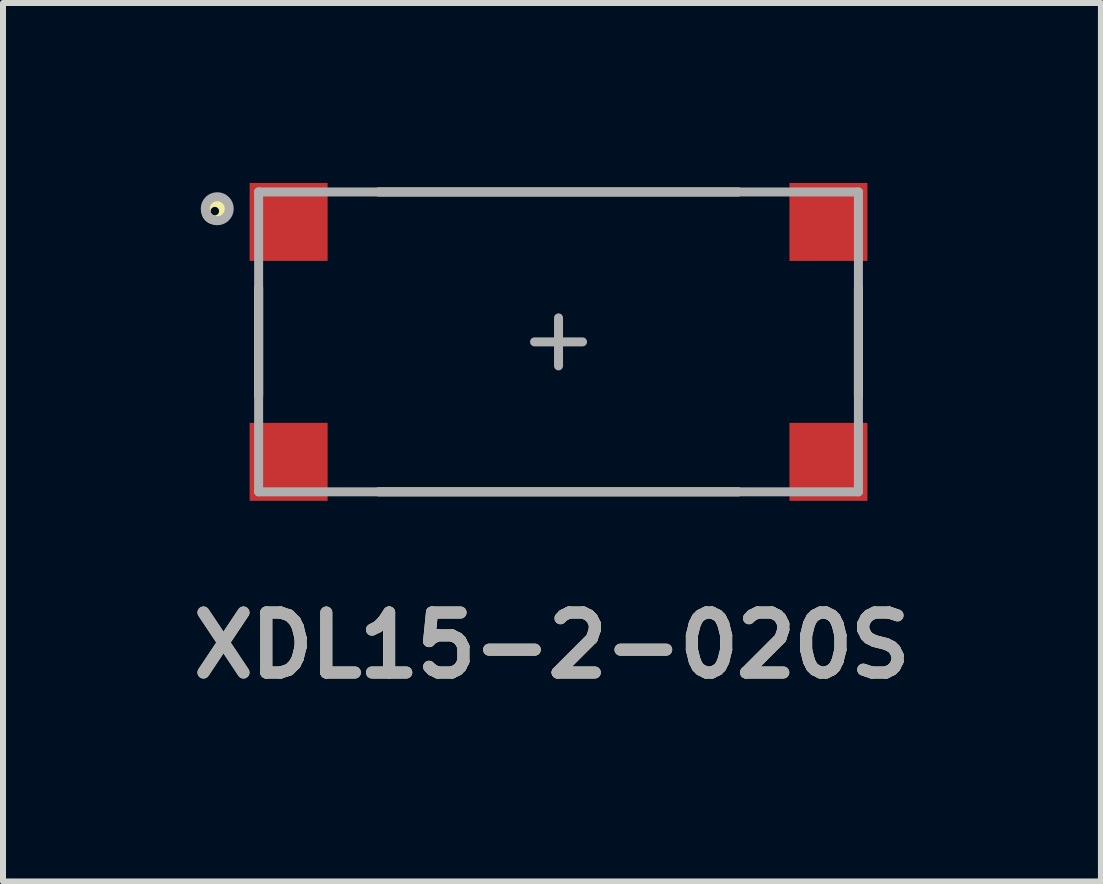
<source format=kicad_pcb>
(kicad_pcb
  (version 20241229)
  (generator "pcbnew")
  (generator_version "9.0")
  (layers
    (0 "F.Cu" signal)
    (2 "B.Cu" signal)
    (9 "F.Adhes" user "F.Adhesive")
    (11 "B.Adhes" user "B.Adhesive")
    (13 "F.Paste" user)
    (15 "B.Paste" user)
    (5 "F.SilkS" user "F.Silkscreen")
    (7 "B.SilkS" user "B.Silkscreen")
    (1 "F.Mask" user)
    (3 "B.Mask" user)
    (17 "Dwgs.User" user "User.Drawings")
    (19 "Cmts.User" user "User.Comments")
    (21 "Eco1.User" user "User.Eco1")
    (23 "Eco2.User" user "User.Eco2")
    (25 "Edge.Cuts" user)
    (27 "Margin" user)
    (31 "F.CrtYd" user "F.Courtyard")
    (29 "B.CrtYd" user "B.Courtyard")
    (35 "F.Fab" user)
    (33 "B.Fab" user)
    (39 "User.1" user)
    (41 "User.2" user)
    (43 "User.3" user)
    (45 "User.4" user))
  (footprint "XDL15-2-020S"
    (layer "F.Cu")
    (at 6.262 2.65)
    (property "Reference" "XDL15-2-020S" (at -0.11 5.06 0) (layer "F.SilkS") (effects (font (size 1 1) (thickness 0.2))))
    (attr through_hole)
    (fp_line (start -5 0.9) (end -5 -0.9) (stroke (width 0.15) (type solid)) (layer "F.SilkS"))
    (fp_line (start -3 -2.5) (end 3 -2.5) (stroke (width 0.15) (type solid)) (layer "F.SilkS"))
    (fp_line (start -3 2.5) (end 3 2.5) (stroke (width 0.15) (type solid)) (layer "F.SilkS"))
    (fp_line (start 5 0.9) (end 5 -0.9) (stroke (width 0.15) (type solid)) (layer "F.SilkS"))
    (fp_circle (center -5.73 -2.18) (end -5.623 -2.08) (stroke (width 0.152) (type solid)) (fill no) (layer "F.SilkS"))
    (fp_line (start -5 -2.5) (end -5 2.5) (stroke (width 0.15) (type solid)) (layer "F.Fab"))
    (fp_line (start -0.4 0) (end 0.4 0) (stroke (width 0.15) (type solid)) (layer "F.Fab"))
    (fp_line (start 0 -0.4) (end 0 0.4) (stroke (width 0.15) (type solid)) (layer "F.Fab"))
    (fp_line (start 5 -2.5) (end -5 -2.5) (stroke (width 0.15) (type solid)) (layer "F.Fab"))
    (fp_line (start 5 -2.5) (end 5 2.5) (stroke (width 0.15) (type solid)) (layer "F.Fab"))
    (fp_line (start 5 2.5) (end -5 2.5) (stroke (width 0.15) (type solid)) (layer "F.Fab"))
    (fp_circle (center -5.69 -2.22) (end -5.49 -2.22) (stroke (width 0.15) (type solid)) (fill no) (layer "F.Fab"))
    (fp_text user "${REFERENCE}" (at -0.11 5.06 0) (layer "F.Fab") (effects (font (size 1 1) (thickness 0.2))))
    (pad "1" smd rect (at -4.5 -2) (size 1.3 1.3) (layers "F.Cu" "F.Mask" "F.Paste"))
    (pad "2" smd rect (at -4.5 2) (size 1.3 1.3) (layers "F.Cu" "F.Mask" "F.Paste"))
    (pad "3" smd rect (at 4.5 2) (size 1.3 1.3) (layers "F.Cu" "F.Mask" "F.Paste"))
    (pad "4" smd rect (at 4.5 -2) (size 1.3 1.3) (layers "F.Cu" "F.Mask" "F.Paste")))
  (gr_rect
    (start -3 -3)
    (end 15.305 11.646)
    (stroke (width 0.1) (type default))
    (fill no)
    (layer "Edge.Cuts")))
</source>
